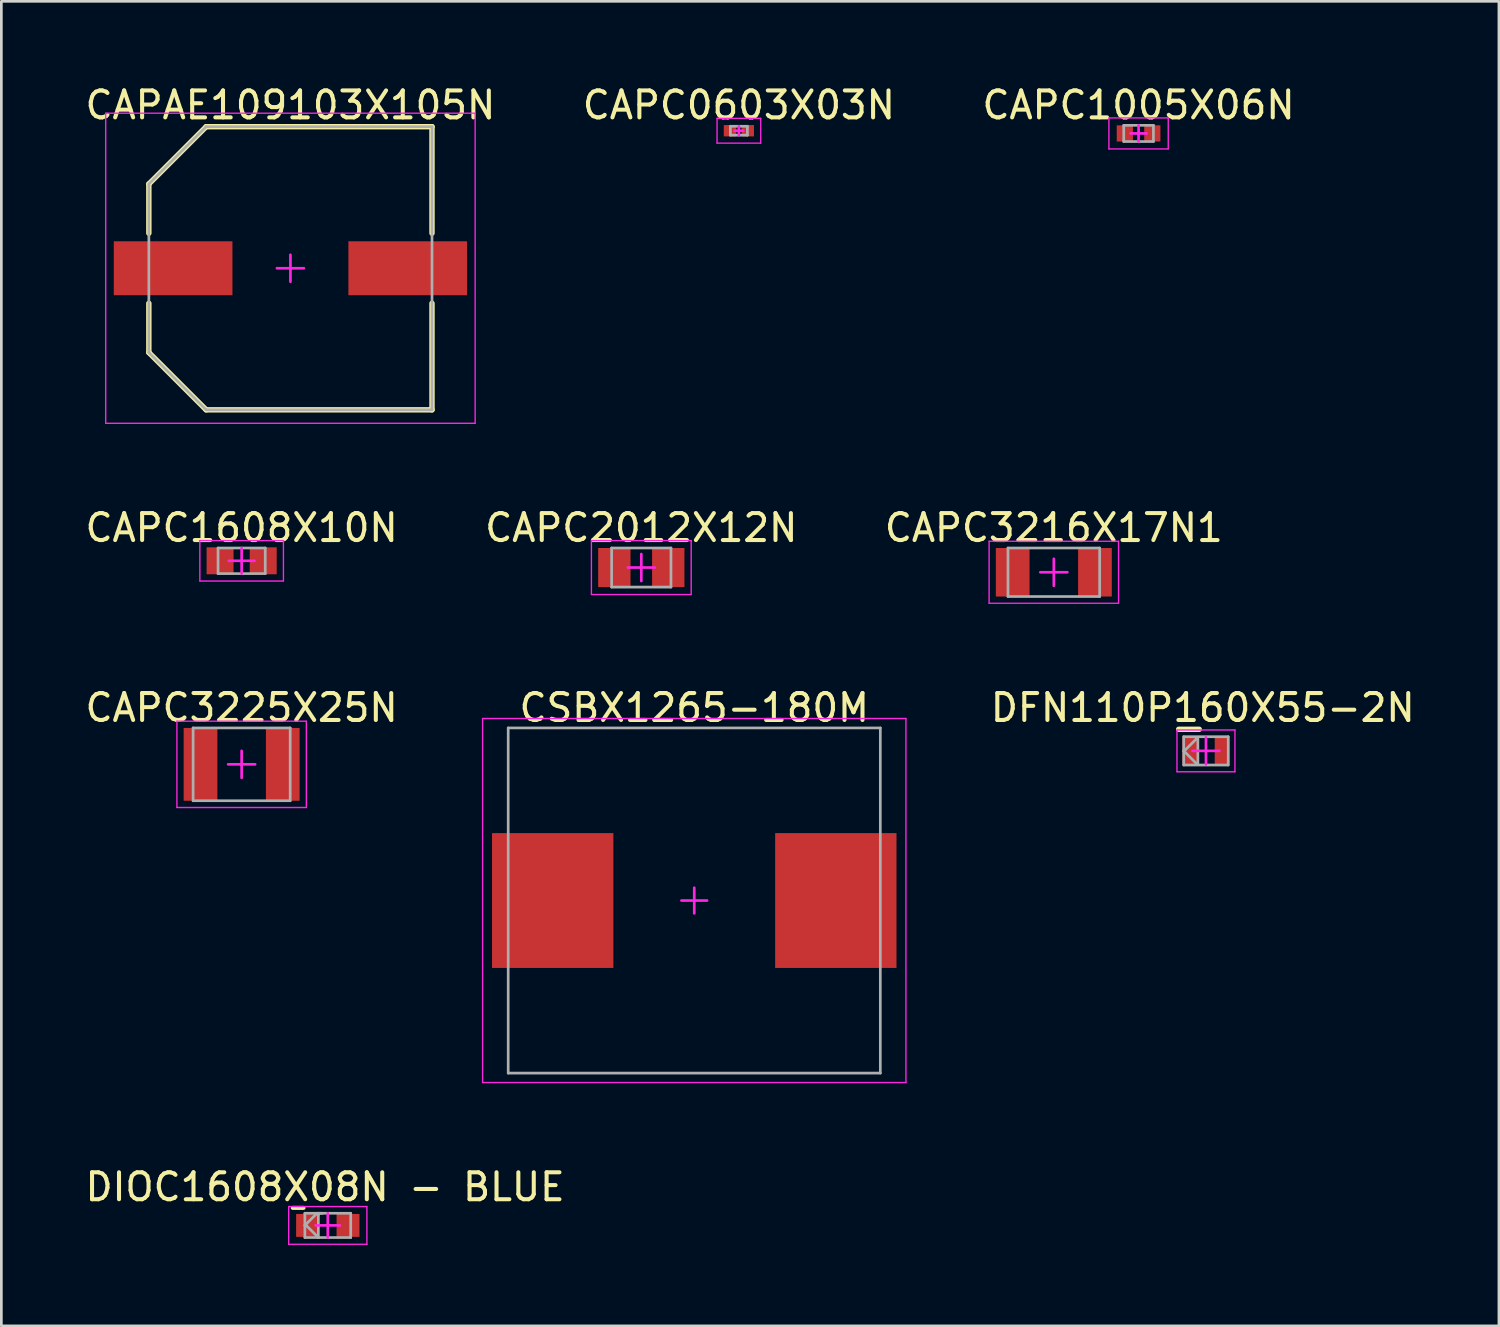
<source format=kicad_pcb>
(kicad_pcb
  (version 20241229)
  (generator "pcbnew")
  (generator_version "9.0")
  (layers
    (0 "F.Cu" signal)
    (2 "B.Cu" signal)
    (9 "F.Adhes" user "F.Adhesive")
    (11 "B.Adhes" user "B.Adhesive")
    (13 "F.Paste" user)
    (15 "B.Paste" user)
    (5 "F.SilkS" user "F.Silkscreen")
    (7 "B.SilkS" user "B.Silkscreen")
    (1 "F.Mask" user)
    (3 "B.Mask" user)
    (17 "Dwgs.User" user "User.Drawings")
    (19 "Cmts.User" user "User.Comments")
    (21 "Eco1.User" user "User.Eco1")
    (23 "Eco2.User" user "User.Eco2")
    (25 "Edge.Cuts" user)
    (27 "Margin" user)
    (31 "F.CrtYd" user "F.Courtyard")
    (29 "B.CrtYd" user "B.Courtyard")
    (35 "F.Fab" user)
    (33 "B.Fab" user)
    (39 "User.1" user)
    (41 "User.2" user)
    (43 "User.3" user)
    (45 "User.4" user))
  (footprint "CAPAE109103X105N"
    (layer "F.Cu")
    (at 7.72 6.898)
    (property "Reference" "CAPAE109103X105N" (at 0 -6.05 0) (layer "F.SilkS") (effects (font (size 1 1) (thickness 0.15))))
    (fp_line (start -5.25 -3.125) (end -3.125 -5.25) (stroke (width 0.2) (type solid)) (layer "F.SilkS"))
    (fp_line (start -5.25 -1.3) (end -5.25 -3.125) (stroke (width 0.2) (type solid)) (layer "F.SilkS"))
    (fp_line (start -5.25 3.125) (end -5.25 1.3) (stroke (width 0.2) (type solid)) (layer "F.SilkS"))
    (fp_line (start -5.25 3.125) (end -3.125 5.25) (stroke (width 0.2) (type solid)) (layer "F.SilkS"))
    (fp_line (start -3.125 -5.25) (end 5.25 -5.25) (stroke (width 0.2) (type solid)) (layer "F.SilkS"))
    (fp_line (start -3.125 5.25) (end 5.25 5.25) (stroke (width 0.2) (type solid)) (layer "F.SilkS"))
    (fp_line (start 5.25 -1.3) (end 5.25 -5.25) (stroke (width 0.2) (type solid)) (layer "F.SilkS"))
    (fp_line (start 5.25 5.25) (end 5.25 1.3) (stroke (width 0.2) (type solid)) (layer "F.SilkS"))
    (fp_line (start -6.85 -5.75) (end 6.85 -5.75) (stroke (width 0.05) (type solid)) (layer "F.CrtYd"))
    (fp_line (start -6.85 5.75) (end -6.85 -5.75) (stroke (width 0.05) (type solid)) (layer "F.CrtYd"))
    (fp_line (start -6.85 5.75) (end 6.85 5.75) (stroke (width 0.05) (type solid)) (layer "F.CrtYd"))
    (fp_line (start -0.5 0) (end 0.5 0) (stroke (width 0.1) (type solid)) (layer "F.CrtYd"))
    (fp_line (start 0 0.5) (end 0 -0.5) (stroke (width 0.1) (type solid)) (layer "F.CrtYd"))
    (fp_line (start 6.85 5.75) (end 6.85 -5.75) (stroke (width 0.05) (type solid)) (layer "F.CrtYd"))
    (fp_line (start -5.25 -3.125) (end -3.125 -5.25) (stroke (width 0.1) (type solid)) (layer "F.Fab"))
    (fp_line (start -5.25 3.125) (end -5.25 -3.125) (stroke (width 0.1) (type solid)) (layer "F.Fab"))
    (fp_line (start -5.25 3.125) (end -3.125 5.25) (stroke (width 0.1) (type solid)) (layer "F.Fab"))
    (fp_line (start -3.125 -5.25) (end 5.25 -5.25) (stroke (width 0.1) (type solid)) (layer "F.Fab"))
    (fp_line (start -3.125 5.25) (end 5.25 5.25) (stroke (width 0.1) (type solid)) (layer "F.Fab"))
    (fp_line (start 5.25 5.25) (end 5.25 -5.25) (stroke (width 0.1) (type solid)) (layer "F.Fab"))
    (pad "1" smd rect (at -4.35 0 90) (size 2 4.4) (layers "F.Cu" "F.Mask" "F.Paste"))
    (pad "2" smd rect (at 4.35 0 90) (size 2 4.4) (layers "F.Cu" "F.Mask" "F.Paste")))
  (footprint "CSBX1265-180M"
    (layer "F.Cu")
    (at 22.696 30.345)
    (property "Reference" "CSBX1265-180M" (at 0 -7.15 0) (layer "F.SilkS") (effects (font (size 1 1) (thickness 0.15))))
    (fp_line (start -7.85 -6.75) (end 7.85 -6.75) (stroke (width 0.05) (type solid)) (layer "F.CrtYd"))
    (fp_line (start -7.85 6.75) (end -7.85 -6.75) (stroke (width 0.05) (type solid)) (layer "F.CrtYd"))
    (fp_line (start -7.85 6.75) (end 7.85 6.75) (stroke (width 0.05) (type solid)) (layer "F.CrtYd"))
    (fp_line (start -0.475 0) (end 0.475 0) (stroke (width 0.1) (type solid)) (layer "F.CrtYd"))
    (fp_line (start 0 0.475) (end 0 -0.475) (stroke (width 0.1) (type solid)) (layer "F.CrtYd"))
    (fp_line (start 7.85 6.75) (end 7.85 -6.75) (stroke (width 0.05) (type solid)) (layer "F.CrtYd"))
    (fp_line (start -6.9 -6.4) (end 6.9 -6.4) (stroke (width 0.1) (type solid)) (layer "F.Fab"))
    (fp_line (start -6.9 6.4) (end -6.9 -6.4) (stroke (width 0.1) (type solid)) (layer "F.Fab"))
    (fp_line (start -6.9 6.4) (end 6.9 6.4) (stroke (width 0.1) (type solid)) (layer "F.Fab"))
    (fp_line (start 6.9 6.4) (end 6.9 -6.4) (stroke (width 0.1) (type solid)) (layer "F.Fab"))
    (pad "1" smd rect (at -5.25 0) (size 4.5 5) (layers "F.Cu" "F.Mask" "F.Paste"))
    (pad "2" smd rect (at 5.25 0) (size 4.5 5) (layers "F.Cu" "F.Mask" "F.Paste")))
  (footprint "DIOC1608X08N - BLUE"
    (layer "F.Cu")
    (at 9.106 42.393)
    (property "Reference" "DIOC1608X08N - BLUE" (at -0.1 -1.425 0) (layer "F.SilkS") (effects (font (size 1 1) (thickness 0.15))))
    (fp_line (start -1.3 -0.65) (end -0.9 -0.65) (stroke (width 0.15) (type solid)) (layer "F.SilkS"))
    (fp_line (start -1.45 -0.7) (end 1.45 -0.7) (stroke (width 0.05) (type solid)) (layer "F.CrtYd"))
    (fp_line (start -1.45 0.7) (end -1.45 -0.7) (stroke (width 0.05) (type solid)) (layer "F.CrtYd"))
    (fp_line (start -1.45 0.7) (end 1.45 0.7) (stroke (width 0.05) (type solid)) (layer "F.CrtYd"))
    (fp_line (start -0.45 0) (end 0.45 0) (stroke (width 0.1) (type solid)) (layer "F.CrtYd"))
    (fp_line (start 0 0.45) (end 0 -0.45) (stroke (width 0.1) (type solid)) (layer "F.CrtYd"))
    (fp_line (start 1.45 0.7) (end 1.45 -0.7) (stroke (width 0.05) (type solid)) (layer "F.CrtYd"))
    (fp_line (start -0.85 -0.45) (end 0.85 -0.45) (stroke (width 0.1) (type solid)) (layer "F.Fab"))
    (fp_line (start -0.85 0) (end -0.8 0) (stroke (width 0.1) (type solid)) (layer "F.Fab"))
    (fp_line (start -0.85 0) (end -0.4 -0.45) (stroke (width 0.1) (type solid)) (layer "F.Fab"))
    (fp_line (start -0.85 0.45) (end -0.85 -0.45) (stroke (width 0.1) (type solid)) (layer "F.Fab"))
    (fp_line (start -0.85 0.45) (end 0.85 0.45) (stroke (width 0.1) (type solid)) (layer "F.Fab"))
    (fp_line (start -0.8 0) (end -0.35 0.45) (stroke (width 0.1) (type solid)) (layer "F.Fab"))
    (fp_line (start -0.4 -0.45) (end -0.35 -0.4) (stroke (width 0.1) (type solid)) (layer "F.Fab"))
    (fp_line (start -0.4 -0.45) (end -0.2 -0.45) (stroke (width 0.1) (type solid)) (layer "F.Fab"))
    (fp_line (start -0.35 0.45) (end -0.35 -0.4) (stroke (width 0.1) (type solid)) (layer "F.Fab"))
    (fp_line (start 0.85 0.45) (end 0.85 -0.45) (stroke (width 0.1) (type solid)) (layer "F.Fab"))
    (pad "A" smd rect (at 0.75 0 90) (size 0.85 0.85) (layers "F.Cu" "F.Mask" "F.Paste"))
    (pad "K" smd rect (at -0.75 0 90) (size 0.85 0.85) (layers "F.Cu" "F.Mask" "F.Paste")))
  (footprint "CAPC3216X17N1"
    (layer "F.Cu")
    (at 36.03 18.172)
    (property "Reference" "CAPC3216X17N1" (at 0 -1.65 0) (layer "F.SilkS") (effects (font (size 1 1) (thickness 0.15))))
    (fp_line (start -2.4 -1.15) (end 2.4 -1.15) (stroke (width 0.05) (type solid)) (layer "F.CrtYd"))
    (fp_line (start -2.4 1.15) (end -2.4 -1.15) (stroke (width 0.05) (type solid)) (layer "F.CrtYd"))
    (fp_line (start -2.4 1.15) (end 2.4 1.15) (stroke (width 0.05) (type solid)) (layer "F.CrtYd"))
    (fp_line (start -0.5 0) (end 0.5 0) (stroke (width 0.1) (type solid)) (layer "F.CrtYd"))
    (fp_line (start 0 0.5) (end 0 -0.5) (stroke (width 0.1) (type solid)) (layer "F.CrtYd"))
    (fp_line (start 2.4 1.15) (end 2.4 -1.15) (stroke (width 0.05) (type solid)) (layer "F.CrtYd"))
    (fp_line (start -1.7 -0.9) (end 1.7 -0.9) (stroke (width 0.1) (type solid)) (layer "F.Fab"))
    (fp_line (start -1.7 0.9) (end -1.7 -0.9) (stroke (width 0.1) (type solid)) (layer "F.Fab"))
    (fp_line (start -1.7 0.9) (end 1.7 0.9) (stroke (width 0.1) (type solid)) (layer "F.Fab"))
    (fp_line (start 1.7 0.9) (end 1.7 -0.9) (stroke (width 0.1) (type solid)) (layer "F.Fab"))
    (pad "1" smd rect (at -1.525 0 90) (size 1.8 1.25) (layers "F.Cu" "F.Mask" "F.Paste"))
    (pad "2" smd rect (at 1.525 0 90) (size 1.8 1.25) (layers "F.Cu" "F.Mask" "F.Paste")))
  (footprint "CAPC0603X03N"
    (layer "F.Cu")
    (at 24.351 1.798)
    (property "Reference" "CAPC0603X03N" (at 0 -0.95 0) (layer "F.SilkS") (effects (font (size 1 1) (thickness 0.15))))
    (fp_line (start -0.81 -0.46) (end 0.81 -0.46) (stroke (width 0.05) (type solid)) (layer "F.CrtYd"))
    (fp_line (start -0.81 0.46) (end -0.81 -0.46) (stroke (width 0.05) (type solid)) (layer "F.CrtYd"))
    (fp_line (start -0.81 0.46) (end 0.81 0.46) (stroke (width 0.05) (type solid)) (layer "F.CrtYd"))
    (fp_line (start -0.165 0) (end 0.165 0) (stroke (width 0.1) (type solid)) (layer "F.CrtYd"))
    (fp_line (start 0 0.165) (end 0 -0.165) (stroke (width 0.1) (type solid)) (layer "F.CrtYd"))
    (fp_line (start 0.81 0.46) (end 0.81 -0.46) (stroke (width 0.05) (type solid)) (layer "F.CrtYd"))
    (fp_line (start -0.315 -0.165) (end 0.315 -0.165) (stroke (width 0.1) (type solid)) (layer "F.Fab"))
    (fp_line (start -0.315 0.165) (end -0.315 -0.165) (stroke (width 0.1) (type solid)) (layer "F.Fab"))
    (fp_line (start -0.315 0.165) (end 0.315 0.165) (stroke (width 0.1) (type solid)) (layer "F.Fab"))
    (fp_line (start 0.315 0.165) (end 0.315 -0.165) (stroke (width 0.1) (type solid)) (layer "F.Fab"))
    (pad "1" smd rect (at -0.33 0 90) (size 0.42 0.46) (layers "F.Cu" "F.Mask" "F.Paste"))
    (pad "2" smd rect (at 0.33 0 90) (size 0.42 0.46) (layers "F.Cu" "F.Mask" "F.Paste")))
  (footprint "DFN110P160X55-2N"
    (layer "F.Cu")
    (at 41.672 24.795)
    (property "Reference" "DFN110P160X55-2N" (at -0.118 -1.6 0) (layer "F.SilkS") (effects (font (size 1 1) (thickness 0.15))))
    (fp_line (start -1.012 -0.8) (end -0.25 -0.8) (stroke (width 0.2) (type solid)) (layer "F.SilkS"))
    (fp_line (start -1.075 -0.775) (end 1.075 -0.775) (stroke (width 0.05) (type solid)) (layer "F.CrtYd"))
    (fp_line (start -1.075 0.775) (end -1.075 -0.775) (stroke (width 0.05) (type solid)) (layer "F.CrtYd"))
    (fp_line (start -1.075 0.775) (end 1.075 0.775) (stroke (width 0.05) (type solid)) (layer "F.CrtYd"))
    (fp_line (start -0.5 0) (end 0.5 0) (stroke (width 0.1) (type solid)) (layer "F.CrtYd"))
    (fp_line (start 0 0.5) (end 0 -0.5) (stroke (width 0.1) (type solid)) (layer "F.CrtYd"))
    (fp_line (start 1.075 0.775) (end 1.075 -0.775) (stroke (width 0.05) (type solid)) (layer "F.CrtYd"))
    (fp_line (start -0.825 -0.525) (end 0.825 -0.525) (stroke (width 0.1) (type solid)) (layer "F.Fab"))
    (fp_line (start -0.825 0) (end -0.8 0) (stroke (width 0.1) (type solid)) (layer "F.Fab"))
    (fp_line (start -0.825 0) (end -0.325 0.5) (stroke (width 0.1) (type solid)) (layer "F.Fab"))
    (fp_line (start -0.825 0.525) (end -0.825 -0.525) (stroke (width 0.1) (type solid)) (layer "F.Fab"))
    (fp_line (start -0.825 0.525) (end 0.825 0.525) (stroke (width 0.1) (type solid)) (layer "F.Fab"))
    (fp_line (start -0.8 0) (end -0.3 -0.5) (stroke (width 0.1) (type solid)) (layer "F.Fab"))
    (fp_line (start -0.325 0.5) (end -0.3 0.5) (stroke (width 0.1) (type solid)) (layer "F.Fab"))
    (fp_line (start -0.3 0.5) (end -0.3 -0.5) (stroke (width 0.1) (type solid)) (layer "F.Fab"))
    (fp_line (start 0.825 0.525) (end 0.825 -0.525) (stroke (width 0.1) (type solid)) (layer "F.Fab"))
    (pad "A" smd rect (at 0.6 0) (size 0.55 1) (layers "F.Cu" "F.Mask" "F.Paste"))
    (pad "K" smd rect (at -0.6 0) (size 0.55 1) (layers "F.Cu" "F.Mask" "F.Paste")))
  (footprint "CAPC1608X10N"
    (layer "F.Cu")
    (at 5.911 17.747)
    (property "Reference" "CAPC1608X10N" (at 0 -1.225 0) (layer "F.SilkS") (effects (font (size 1 1) (thickness 0.15))))
    (fp_line (start -1.55 -0.75) (end 1.55 -0.75) (stroke (width 0.05) (type solid)) (layer "F.CrtYd"))
    (fp_line (start -1.55 0.75) (end -1.55 -0.75) (stroke (width 0.05) (type solid)) (layer "F.CrtYd"))
    (fp_line (start -1.55 0.75) (end 1.55 0.75) (stroke (width 0.05) (type solid)) (layer "F.CrtYd"))
    (fp_line (start -0.475 0) (end 0.475 0) (stroke (width 0.1) (type solid)) (layer "F.CrtYd"))
    (fp_line (start 0 0.475) (end 0 -0.475) (stroke (width 0.1) (type solid)) (layer "F.CrtYd"))
    (fp_line (start 1.55 0.75) (end 1.55 -0.75) (stroke (width 0.05) (type solid)) (layer "F.CrtYd"))
    (fp_line (start -0.875 -0.475) (end 0.875 -0.475) (stroke (width 0.1) (type solid)) (layer "F.Fab"))
    (fp_line (start -0.875 0.475) (end -0.875 -0.475) (stroke (width 0.1) (type solid)) (layer "F.Fab"))
    (fp_line (start -0.875 0.475) (end 0.875 0.475) (stroke (width 0.1) (type solid)) (layer "F.Fab"))
    (fp_line (start 0.875 0.475) (end 0.875 -0.475) (stroke (width 0.1) (type solid)) (layer "F.Fab"))
    (pad "1" smd rect (at -0.8 0 90) (size 1 1) (layers "F.Cu" "F.Mask" "F.Paste"))
    (pad "2" smd rect (at 0.8 0 90) (size 1 1) (layers "F.Cu" "F.Mask" "F.Paste")))
  (footprint "CAPC1005X06N"
    (layer "F.Cu")
    (at 39.173 1.898)
    (property "Reference" "CAPC1005X06N" (at 0 -1.05 0) (layer "F.SilkS") (effects (font (size 1 1) (thickness 0.15))))
    (fp_line (start -1.1 -0.575) (end 1.1 -0.575) (stroke (width 0.05) (type solid)) (layer "F.CrtYd"))
    (fp_line (start -1.1 0.575) (end -1.1 -0.575) (stroke (width 0.05) (type solid)) (layer "F.CrtYd"))
    (fp_line (start -1.1 0.575) (end 1.1 0.575) (stroke (width 0.05) (type solid)) (layer "F.CrtYd"))
    (fp_line (start -0.3 0) (end 0.3 0) (stroke (width 0.1) (type solid)) (layer "F.CrtYd"))
    (fp_line (start 0 0.3) (end 0 -0.3) (stroke (width 0.1) (type solid)) (layer "F.CrtYd"))
    (fp_line (start 1.1 0.575) (end 1.1 -0.575) (stroke (width 0.05) (type solid)) (layer "F.CrtYd"))
    (fp_line (start -0.55 -0.3) (end 0.55 -0.3) (stroke (width 0.1) (type solid)) (layer "F.Fab"))
    (fp_line (start -0.55 0.3) (end -0.55 -0.3) (stroke (width 0.1) (type solid)) (layer "F.Fab"))
    (fp_line (start -0.55 0.3) (end 0.55 0.3) (stroke (width 0.1) (type solid)) (layer "F.Fab"))
    (fp_line (start 0.55 0.3) (end 0.55 -0.3) (stroke (width 0.1) (type solid)) (layer "F.Fab"))
    (pad "1" smd rect (at -0.51 0 90) (size 0.6 0.6) (layers "F.Cu" "F.Mask" "F.Paste"))
    (pad "2" smd rect (at 0.51 0 90) (size 0.6 0.6) (layers "F.Cu" "F.Mask" "F.Paste")))
  (footprint "CAPC3225X25N"
    (layer "F.Cu")
    (at 5.911 25.295)
    (property "Reference" "CAPC3225X25N" (at 0 -2.1 0) (layer "F.SilkS") (effects (font (size 1 1) (thickness 0.15))))
    (fp_line (start -2.4 -1.6) (end 2.4 -1.6) (stroke (width 0.05) (type solid)) (layer "F.CrtYd"))
    (fp_line (start -2.4 1.6) (end -2.4 -1.6) (stroke (width 0.05) (type solid)) (layer "F.CrtYd"))
    (fp_line (start -2.4 1.6) (end 2.4 1.6) (stroke (width 0.05) (type solid)) (layer "F.CrtYd"))
    (fp_line (start -0.5 0) (end 0.5 0) (stroke (width 0.1) (type solid)) (layer "F.CrtYd"))
    (fp_line (start 0 0.5) (end 0 -0.5) (stroke (width 0.1) (type solid)) (layer "F.CrtYd"))
    (fp_line (start 2.4 1.6) (end 2.4 -1.6) (stroke (width 0.05) (type solid)) (layer "F.CrtYd"))
    (fp_line (start -1.8 -1.35) (end 1.8 -1.35) (stroke (width 0.1) (type solid)) (layer "F.Fab"))
    (fp_line (start -1.8 1.35) (end -1.8 -1.35) (stroke (width 0.1) (type solid)) (layer "F.Fab"))
    (fp_line (start -1.8 1.35) (end 1.8 1.35) (stroke (width 0.1) (type solid)) (layer "F.Fab"))
    (fp_line (start 1.8 1.35) (end 1.8 -1.35) (stroke (width 0.1) (type solid)) (layer "F.Fab"))
    (pad "1" smd rect (at -1.525 0 90) (size 2.7 1.25) (layers "F.Cu" "F.Mask" "F.Paste"))
    (pad "2" smd rect (at 1.525 0 90) (size 2.7 1.25) (layers "F.Cu" "F.Mask" "F.Paste")))
  (footprint "CAPC2012X12N"
    (layer "F.Cu")
    (at 20.732 17.997)
    (property "Reference" "CAPC2012X12N" (at 0 -1.475 0) (layer "F.SilkS") (effects (font (size 1 1) (thickness 0.15))))
    (fp_line (start -1.85 -1) (end 1.85 -1) (stroke (width 0.05) (type solid)) (layer "F.CrtYd"))
    (fp_line (start -1.85 1) (end -1.85 -1) (stroke (width 0.05) (type solid)) (layer "F.CrtYd"))
    (fp_line (start -1.85 1) (end 1.85 1) (stroke (width 0.05) (type solid)) (layer "F.CrtYd"))
    (fp_line (start -0.5 0) (end 0.5 0) (stroke (width 0.1) (type solid)) (layer "F.CrtYd"))
    (fp_line (start 0 0.5) (end 0 -0.5) (stroke (width 0.1) (type solid)) (layer "F.CrtYd"))
    (fp_line (start 1.85 1) (end 1.85 -1) (stroke (width 0.05) (type solid)) (layer "F.CrtYd"))
    (fp_line (start -1.1 -0.725) (end 1.1 -0.725) (stroke (width 0.1) (type solid)) (layer "F.Fab"))
    (fp_line (start -1.1 0.725) (end -1.1 -0.725) (stroke (width 0.1) (type solid)) (layer "F.Fab"))
    (fp_line (start -1.1 0.725) (end 1.1 0.725) (stroke (width 0.1) (type solid)) (layer "F.Fab"))
    (fp_line (start 1.1 0.725) (end 1.1 -0.725) (stroke (width 0.1) (type solid)) (layer "F.Fab"))
    (pad "1" smd rect (at -1 0 90) (size 1.45 1.2) (layers "F.Cu" "F.Mask" "F.Paste"))
    (pad "2" smd rect (at 1 0 90) (size 1.45 1.2) (layers "F.Cu" "F.Mask" "F.Paste")))
  (gr_rect
    (start -3 -3)
    (end 52.536 46.118)
    (stroke (width 0.1) (type default))
    (fill no)
    (layer "Edge.Cuts")))
</source>
